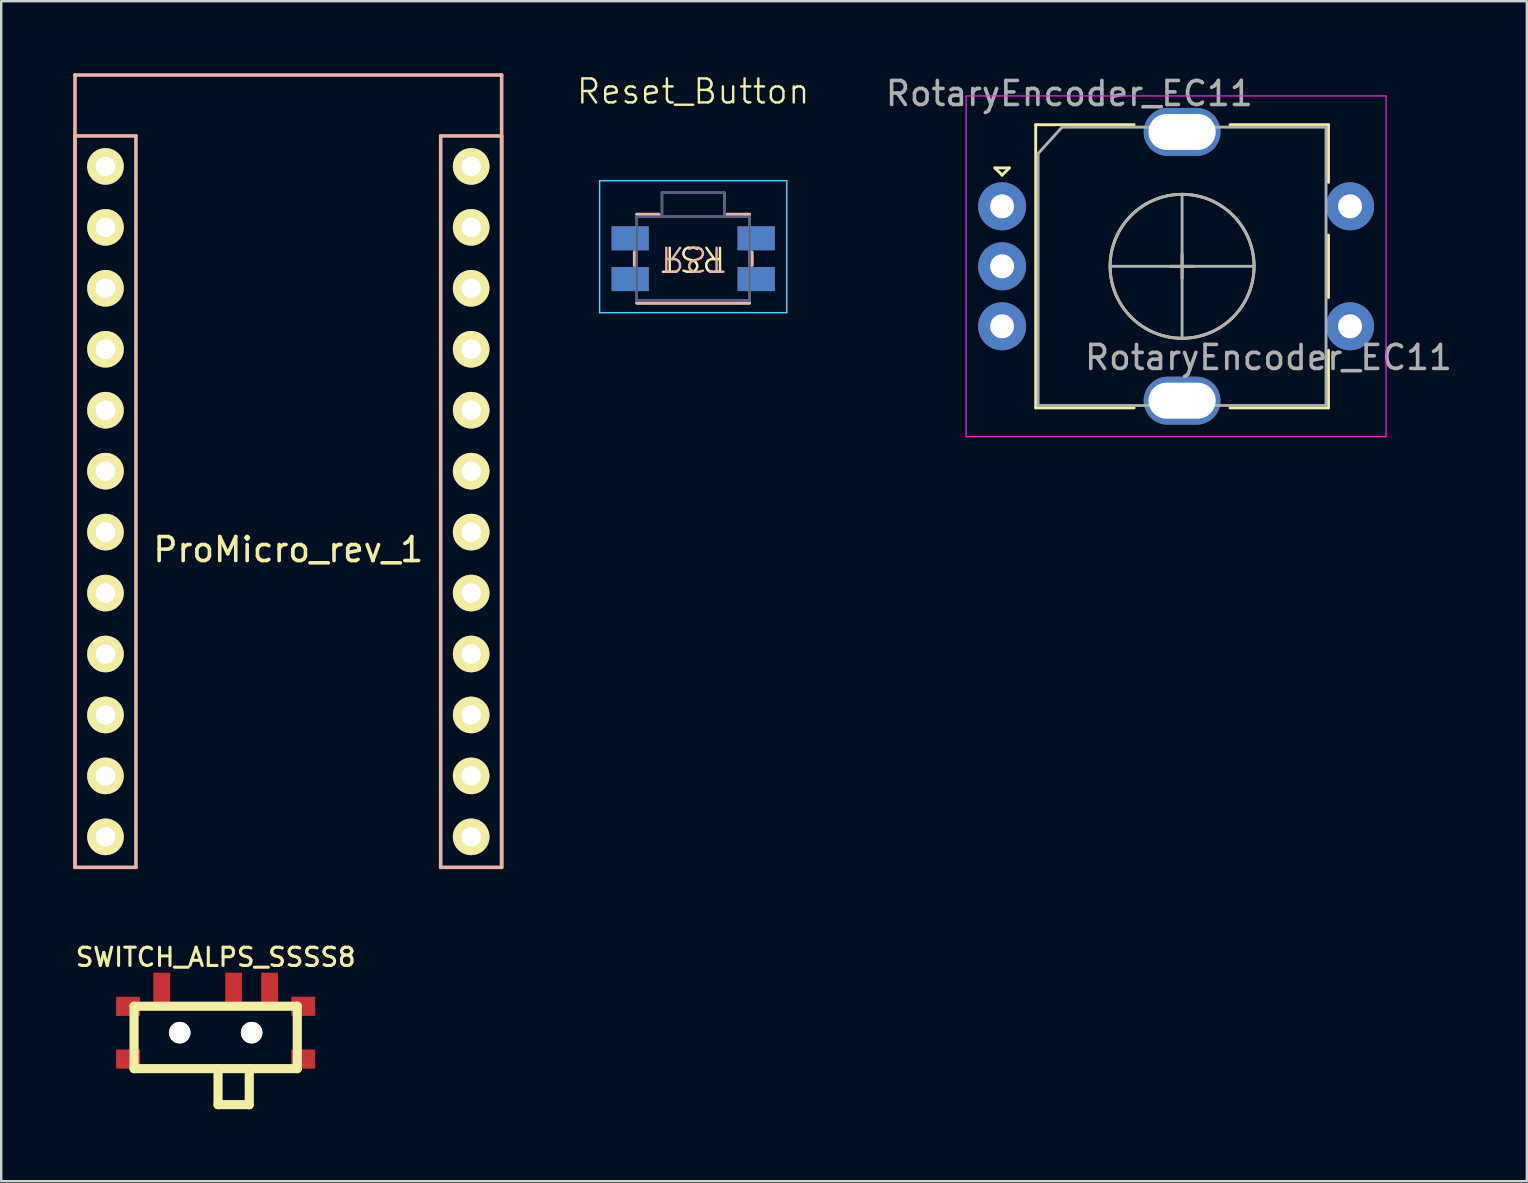
<source format=kicad_pcb>
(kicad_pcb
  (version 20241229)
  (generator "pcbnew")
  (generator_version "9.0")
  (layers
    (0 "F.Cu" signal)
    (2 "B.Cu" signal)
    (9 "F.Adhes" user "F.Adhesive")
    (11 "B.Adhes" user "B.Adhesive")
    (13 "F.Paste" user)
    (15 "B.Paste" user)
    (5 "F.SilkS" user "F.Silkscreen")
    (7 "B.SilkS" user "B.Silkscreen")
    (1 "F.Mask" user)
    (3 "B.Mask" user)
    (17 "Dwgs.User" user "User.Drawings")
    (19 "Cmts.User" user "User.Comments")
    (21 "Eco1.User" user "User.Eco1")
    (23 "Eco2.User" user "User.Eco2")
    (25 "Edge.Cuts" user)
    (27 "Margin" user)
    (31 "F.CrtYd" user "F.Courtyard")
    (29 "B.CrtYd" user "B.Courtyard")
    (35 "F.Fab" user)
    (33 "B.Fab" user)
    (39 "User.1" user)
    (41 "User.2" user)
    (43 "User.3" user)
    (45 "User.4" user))
  (footprint "SWITCH_ALPS_SSSS8"
    (layer "F.Cu")
    (at 5.938 41.484)
    (property "Reference" "SWITCH_ALPS_SSSS8" (at 0 -4.645 180) (layer "F.SilkS") (effects (font (size 0.762 0.762) (thickness 0.127))))
    (fp_line (start -3.401 -2.601) (end -3.401 0) (stroke (width 0.381) (type solid)) (layer "F.SilkS"))
    (fp_line (start -3.401 0) (end 3.401 0) (stroke (width 0.381) (type solid)) (layer "F.SilkS"))
    (fp_line (start 0.099 0) (end 0.099 1.501) (stroke (width 0.381) (type solid)) (layer "F.SilkS"))
    (fp_line (start 0.099 1.501) (end 1.4 1.501) (stroke (width 0.381) (type solid)) (layer "F.SilkS"))
    (fp_line (start 1.4 1.501) (end 1.4 0) (stroke (width 0.381) (type solid)) (layer "F.SilkS"))
    (fp_line (start 3.401 -2.601) (end -3.401 -2.601) (stroke (width 0.381) (type solid)) (layer "F.SilkS"))
    (fp_line (start 3.401 0) (end 3.401 -2.601) (stroke (width 0.381) (type solid)) (layer "F.SilkS"))
    (pad "" smd rect (at -3.65 -2.596) (size 0.996 0.798) (layers "F.Cu" "F.Mask" "F.Paste"))
    (pad "" smd rect (at -3.65 -0.399) (size 0.998 0.798) (layers "F.Cu" "F.Mask" "F.Paste"))
    (pad "" np_thru_hole circle (at -1.499 -1.499) (size 0.899 0.899) (drill 0.899) (layers "*.Cu" "*.Mask" "F.SilkS"))
    (pad "" np_thru_hole circle (at 1.499 -1.499) (size 0.899 0.899) (drill 0.899) (layers "*.Cu" "*.Mask" "F.SilkS"))
    (pad "" smd rect (at 3.65 -2.598) (size 0.996 0.798) (layers "F.Cu" "F.Mask" "F.Paste"))
    (pad "" smd rect (at 3.65 -0.399) (size 0.996 0.798) (layers "F.Cu" "F.Mask" "F.Paste"))
    (pad "1" smd rect (at -2.248 -3.249) (size 0.699 1.499) (layers "F.Cu" "F.Mask" "F.Paste"))
    (pad "2" smd rect (at 0.749 -3.249) (size 0.699 1.499) (layers "F.Cu" "F.Mask" "F.Paste"))
    (pad "3" smd rect (at 2.248 -3.249) (size 0.699 1.499) (layers "F.Cu" "F.Mask" "F.Paste")))
  (footprint "Reset_Button"
    (layer "F.Cu")
    (at 25.837 7.731)
    (property "Reference" "Reset_Button" (at 0 -6.97 0) (unlocked yes) (layer "F.SilkS") (effects (font (size 1 1) (thickness 0.1))))
    (attr smd)
    (fp_line (start -2.45 0.275) (end -2.45 -0.275) (stroke (width 0.12) (type solid)) (layer "F.SilkS"))
    (fp_line (start -1.425 -1.85) (end -2.35 -1.85) (stroke (width 0.12) (type solid)) (layer "F.SilkS"))
    (fp_line (start 2.35 -1.85) (end 1.425 -1.85) (stroke (width 0.12) (type solid)) (layer "F.SilkS"))
    (fp_line (start 2.35 1.85) (end -2.35 1.85) (stroke (width 0.12) (type solid)) (layer "F.SilkS"))
    (fp_line (start 2.45 0.275) (end 2.45 -0.275) (stroke (width 0.12) (type solid)) (layer "F.SilkS"))
    (fp_line (start -2.45 0.275) (end -2.45 -0.275) (stroke (width 0.12) (type solid)) (layer "B.SilkS"))
    (fp_line (start -2.35 -1.85) (end -1.425 -1.85) (stroke (width 0.12) (type solid)) (layer "B.SilkS"))
    (fp_line (start -2.35 1.85) (end 2.35 1.85) (stroke (width 0.12) (type solid)) (layer "B.SilkS"))
    (fp_line (start 1.425 -1.85) (end 2.35 -1.85) (stroke (width 0.12) (type solid)) (layer "B.SilkS"))
    (fp_line (start 2.45 0.275) (end 2.45 -0.275) (stroke (width 0.12) (type solid)) (layer "B.SilkS"))
    (fp_line (start -3.9 -3.25) (end 3.9 -3.25) (stroke (width 0.05) (type solid)) (layer "B.CrtYd"))
    (fp_line (start -3.9 2.25) (end -3.9 -3.25) (stroke (width 0.05) (type solid)) (layer "B.CrtYd"))
    (fp_line (start -3.9 2.25) (end 3.9 2.25) (stroke (width 0.05) (type solid)) (layer "B.CrtYd"))
    (fp_line (start 3.9 2.25) (end 3.9 -3.25) (stroke (width 0.05) (type solid)) (layer "B.CrtYd"))
    (fp_line (start -3.9 2.25) (end -3.9 -3.25) (stroke (width 0.05) (type solid)) (layer "F.CrtYd"))
    (fp_line (start 3.9 -3.25) (end -3.9 -3.25) (stroke (width 0.05) (type solid)) (layer "F.CrtYd"))
    (fp_line (start 3.9 2.25) (end -3.9 2.25) (stroke (width 0.05) (type solid)) (layer "F.CrtYd"))
    (fp_line (start 3.9 2.25) (end 3.9 -3.25) (stroke (width 0.05) (type solid)) (layer "F.CrtYd"))
    (fp_line (start -2.35 -1.75) (end 2.35 -1.75) (stroke (width 0.1) (type solid)) (layer "B.Fab"))
    (fp_line (start -2.35 1.75) (end -2.35 -1.75) (stroke (width 0.1) (type solid)) (layer "B.Fab"))
    (fp_line (start -2.35 1.75) (end 2.35 1.75) (stroke (width 0.1) (type solid)) (layer "B.Fab"))
    (fp_line (start -1.3 -2.75) (end -1.3 -1.75) (stroke (width 0.1) (type solid)) (layer "B.Fab"))
    (fp_line (start -1.3 -2.75) (end 1.3 -2.75) (stroke (width 0.1) (type solid)) (layer "B.Fab"))
    (fp_line (start 1.3 -2.75) (end 1.3 -1.75) (stroke (width 0.1) (type solid)) (layer "B.Fab"))
    (fp_line (start 2.35 1.75) (end 2.35 -1.75) (stroke (width 0.1) (type solid)) (layer "B.Fab"))
    (fp_line (start -2.35 1.75) (end -2.35 -1.75) (stroke (width 0.1) (type solid)) (layer "F.Fab"))
    (fp_line (start -1.3 -2.75) (end -1.3 -1.75) (stroke (width 0.1) (type solid)) (layer "F.Fab"))
    (fp_line (start 1.3 -2.75) (end -1.3 -2.75) (stroke (width 0.1) (type solid)) (layer "F.Fab"))
    (fp_line (start 1.3 -2.75) (end 1.3 -1.75) (stroke (width 0.1) (type solid)) (layer "F.Fab"))
    (fp_line (start 2.35 -1.75) (end -2.35 -1.75) (stroke (width 0.1) (type solid)) (layer "F.Fab"))
    (fp_line (start 2.35 1.75) (end -2.35 1.75) (stroke (width 0.1) (type solid)) (layer "F.Fab"))
    (fp_line (start 2.35 1.75) (end 2.35 -1.75) (stroke (width 0.1) (type solid)) (layer "F.Fab"))
    (fp_text user "RST" (at 0 0 180) (unlocked yes) (layer "F.SilkS") (effects (font (size 1 1) (thickness 0.1))))
    (fp_text user "RST" (at 0 0 180) (unlocked yes) (layer "B.SilkS") (effects (font (size 1 1) (thickness 0.1)) (justify mirror)))
    (pad "1" smd rect (at -2.625 -0.85 180) (size 1.55 1) (layers "F.Cu" "F.Mask" "F.Paste"))
    (pad "1" smd rect (at -2.625 -0.85 180) (size 1.55 1) (layers "B.Cu" "B.Mask" "B.Paste"))
    (pad "1" smd rect (at 2.625 -0.85 180) (size 1.55 1) (layers "F.Cu" "F.Mask" "F.Paste"))
    (pad "1" smd rect (at 2.625 -0.85 180) (size 1.55 1) (layers "B.Cu" "B.Mask" "B.Paste"))
    (pad "2" smd rect (at -2.625 0.85 180) (size 1.55 1) (layers "F.Cu" "F.Mask" "F.Paste"))
    (pad "2" smd rect (at -2.625 0.85 180) (size 1.55 1) (layers "B.Cu" "B.Mask" "B.Paste"))
    (pad "2" smd rect (at 2.625 0.85 180) (size 1.55 1) (layers "F.Cu" "F.Mask" "F.Paste"))
    (pad "2" smd rect (at 2.625 0.85 180) (size 1.55 1) (layers "B.Cu" "B.Mask" "B.Paste")))
  (footprint "ProMicro_rev_1"
    (layer "F.Cu")
    (at 8.965 17.855)
    (property "Reference" "ProMicro_rev_1" (at 0 2 0) (layer "F.SilkS") (effects (font (size 1 1) (thickness 0.15))))
    (attr through_hole)
    (fp_line (start -8.89 -17.78) (end 8.89 -17.78) (stroke (width 0.15) (type solid)) (layer "B.SilkS"))
    (fp_line (start -8.89 -15.24) (end -6.35 -15.24) (stroke (width 0.15) (type solid)) (layer "B.SilkS"))
    (fp_line (start -8.89 15.24) (end -8.89 -17.78) (stroke (width 0.15) (type solid)) (layer "B.SilkS"))
    (fp_line (start -8.89 15.24) (end -8.89 -15.24) (stroke (width 0.15) (type solid)) (layer "B.SilkS"))
    (fp_line (start -6.35 -15.24) (end -6.35 15.24) (stroke (width 0.15) (type solid)) (layer "B.SilkS"))
    (fp_line (start -6.35 15.24) (end -8.89 15.24) (stroke (width 0.15) (type solid)) (layer "B.SilkS"))
    (fp_line (start 6.35 -15.24) (end 8.89 -15.24) (stroke (width 0.15) (type solid)) (layer "B.SilkS"))
    (fp_line (start 6.35 15.24) (end 6.35 -15.24) (stroke (width 0.15) (type solid)) (layer "B.SilkS"))
    (fp_line (start 8.89 -17.78) (end 8.89 15.24) (stroke (width 0.15) (type solid)) (layer "B.SilkS"))
    (fp_line (start 8.89 -15.24) (end 8.89 15.24) (stroke (width 0.15) (type solid)) (layer "B.SilkS"))
    (fp_line (start 8.89 15.24) (end 6.35 15.24) (stroke (width 0.15) (type solid)) (layer "B.SilkS"))
    (pad "1" thru_hole circle (at -7.62 -13.97) (size 1.524 1.524) (drill 0.813) (layers "*.Cu" "*.Mask" "F.SilkS"))
    (pad "2" thru_hole circle (at -7.62 -11.43) (size 1.524 1.524) (drill 0.813) (layers "*.Cu" "*.Mask" "F.SilkS"))
    (pad "3" thru_hole circle (at -7.62 -8.89) (size 1.524 1.524) (drill 0.813) (layers "*.Cu" "*.Mask" "F.SilkS"))
    (pad "4" thru_hole circle (at -7.62 -6.35) (size 1.524 1.524) (drill 0.813) (layers "*.Cu" "*.Mask" "F.SilkS"))
    (pad "5" thru_hole circle (at -7.62 -3.81) (size 1.524 1.524) (drill 0.813) (layers "*.Cu" "*.Mask" "F.SilkS"))
    (pad "6" thru_hole circle (at -7.62 -1.27) (size 1.524 1.524) (drill 0.813) (layers "*.Cu" "*.Mask" "F.SilkS"))
    (pad "7" thru_hole circle (at -7.62 1.27) (size 1.524 1.524) (drill 0.813) (layers "*.Cu" "*.Mask" "F.SilkS"))
    (pad "8" thru_hole circle (at -7.62 3.81) (size 1.524 1.524) (drill 0.813) (layers "*.Cu" "*.Mask" "F.SilkS"))
    (pad "9" thru_hole circle (at -7.62 6.35) (size 1.524 1.524) (drill 0.813) (layers "*.Cu" "*.Mask" "F.SilkS"))
    (pad "10" thru_hole circle (at -7.62 8.89) (size 1.524 1.524) (drill 0.813) (layers "*.Cu" "*.Mask" "F.SilkS"))
    (pad "11" thru_hole circle (at -7.62 11.43) (size 1.524 1.524) (drill 0.813) (layers "*.Cu" "*.Mask" "F.SilkS"))
    (pad "12" thru_hole circle (at -7.62 13.97) (size 1.524 1.524) (drill 0.813) (layers "*.Cu" "*.Mask" "F.SilkS"))
    (pad "13" thru_hole circle (at 7.62 13.97) (size 1.524 1.524) (drill 0.813) (layers "*.Cu" "*.Mask" "F.SilkS"))
    (pad "14" thru_hole circle (at 7.62 11.43) (size 1.524 1.524) (drill 0.813) (layers "*.Cu" "*.Mask" "F.SilkS"))
    (pad "15" thru_hole circle (at 7.62 8.89) (size 1.524 1.524) (drill 0.813) (layers "*.Cu" "*.Mask" "F.SilkS"))
    (pad "16" thru_hole circle (at 7.62 6.35) (size 1.524 1.524) (drill 0.813) (layers "*.Cu" "*.Mask" "F.SilkS"))
    (pad "17" thru_hole circle (at 7.62 3.81) (size 1.524 1.524) (drill 0.813) (layers "*.Cu" "*.Mask" "F.SilkS"))
    (pad "18" thru_hole circle (at 7.62 1.27) (size 1.524 1.524) (drill 0.813) (layers "*.Cu" "*.Mask" "F.SilkS"))
    (pad "19" thru_hole circle (at 7.62 -1.27) (size 1.524 1.524) (drill 0.813) (layers "*.Cu" "*.Mask" "F.SilkS"))
    (pad "20" thru_hole circle (at 7.62 -3.81) (size 1.524 1.524) (drill 0.813) (layers "*.Cu" "*.Mask" "F.SilkS"))
    (pad "21" thru_hole circle (at 7.62 -6.35) (size 1.524 1.524) (drill 0.813) (layers "*.Cu" "*.Mask" "F.SilkS"))
    (pad "22" thru_hole circle (at 7.62 -8.89) (size 1.524 1.524) (drill 0.813) (layers "*.Cu" "*.Mask" "F.SilkS"))
    (pad "23" thru_hole circle (at 7.62 -11.43) (size 1.524 1.524) (drill 0.813) (layers "*.Cu" "*.Mask" "F.SilkS"))
    (pad "24" thru_hole circle (at 7.62 -13.97) (size 1.524 1.524) (drill 0.813) (layers "*.Cu" "*.Mask" "F.SilkS")))
  (footprint "RotaryEncoder_EC11"
    (layer "F.Cu")
    (at 46.212 8.048)
    (property "Reference" "RotaryEncoder_EC11" (at -4.7 -7.2 0) (layer "F.Fab") (effects (font (size 1 1) (thickness 0.15))))
    (attr through_hole)
    (fp_line (start -7.8 -4.1) (end -7.2 -4.1) (stroke (width 0.12) (type solid)) (layer "F.SilkS"))
    (fp_line (start -7.5 -3.8) (end -7.8 -4.1) (stroke (width 0.12) (type solid)) (layer "F.SilkS"))
    (fp_line (start -7.2 -4.1) (end -7.5 -3.8) (stroke (width 0.12) (type solid)) (layer "F.SilkS"))
    (fp_line (start -6.1 -5.9) (end -6.1 5.9) (stroke (width 0.12) (type solid)) (layer "F.SilkS"))
    (fp_line (start -2 -5.9) (end -6.1 -5.9) (stroke (width 0.12) (type solid)) (layer "F.SilkS"))
    (fp_line (start -2 5.9) (end -6.1 5.9) (stroke (width 0.12) (type solid)) (layer "F.SilkS"))
    (fp_line (start -0.5 0) (end 0.5 0) (stroke (width 0.12) (type solid)) (layer "F.SilkS"))
    (fp_line (start 0 -0.5) (end 0 0.5) (stroke (width 0.12) (type solid)) (layer "F.SilkS"))
    (fp_line (start 2 -5.9) (end 6.1 -5.9) (stroke (width 0.12) (type solid)) (layer "F.SilkS"))
    (fp_line (start 6.1 -5.9) (end 6.1 -3.5) (stroke (width 0.12) (type solid)) (layer "F.SilkS"))
    (fp_line (start 6.1 -1.3) (end 6.1 1.3) (stroke (width 0.12) (type solid)) (layer "F.SilkS"))
    (fp_line (start 6.1 3.5) (end 6.1 5.9) (stroke (width 0.12) (type solid)) (layer "F.SilkS"))
    (fp_line (start 6.1 5.9) (end 2 5.9) (stroke (width 0.12) (type solid)) (layer "F.SilkS"))
    (fp_circle (center 0 0) (end 3 0) (stroke (width 0.12) (type solid)) (fill no) (layer "F.SilkS"))
    (fp_line (start -9 -7.1) (end -9 7.1) (stroke (width 0.05) (type solid)) (layer "F.CrtYd"))
    (fp_line (start -9 -7.1) (end 8.5 -7.1) (stroke (width 0.05) (type solid)) (layer "F.CrtYd"))
    (fp_line (start 8.5 7.1) (end -9 7.1) (stroke (width 0.05) (type solid)) (layer "F.CrtYd"))
    (fp_line (start 8.5 7.1) (end 8.5 -7.1) (stroke (width 0.05) (type solid)) (layer "F.CrtYd"))
    (fp_line (start -6 -4.7) (end -5 -5.8) (stroke (width 0.12) (type solid)) (layer "F.Fab"))
    (fp_line (start -6 5.8) (end -6 -4.7) (stroke (width 0.12) (type solid)) (layer "F.Fab"))
    (fp_line (start -5 -5.8) (end 6 -5.8) (stroke (width 0.12) (type solid)) (layer "F.Fab"))
    (fp_line (start -3 0) (end 3 0) (stroke (width 0.12) (type solid)) (layer "F.Fab"))
    (fp_line (start 0 -3) (end 0 3) (stroke (width 0.12) (type solid)) (layer "F.Fab"))
    (fp_line (start 6 -5.8) (end 6 5.8) (stroke (width 0.12) (type solid)) (layer "F.Fab"))
    (fp_line (start 6 5.8) (end -6 5.8) (stroke (width 0.12) (type solid)) (layer "F.Fab"))
    (fp_circle (center 0 0) (end 3 0) (stroke (width 0.12) (type solid)) (fill no) (layer "F.Fab"))
    (fp_text user "${REFERENCE}" (at 3.6 3.8 0) (layer "F.Fab") (effects (font (size 1 1) (thickness 0.15))))
    (pad "" np_thru_hole oval (at 0 -5.6) (size 3.2 2) (drill oval 2.8 1.5) (layers "*.Cu" "*.Mask"))
    (pad "" np_thru_hole oval (at 0 5.6) (size 3.2 2) (drill oval 2.8 1.5) (layers "*.Cu" "*.Mask"))
    (pad "A" thru_hole circle (at -7.5 -2.5) (size 2 2) (drill 1) (layers "*.Cu" "*.Mask"))
    (pad "B" thru_hole circle (at -7.5 2.5) (size 2 2) (drill 1) (layers "*.Cu" "*.Mask"))
    (pad "C" thru_hole circle (at -7.5 0) (size 2 2) (drill 1) (layers "*.Cu" "*.Mask"))
    (pad "S1" thru_hole circle (at 7 2.5) (size 2 2) (drill 1) (layers "*.Cu" "*.Mask"))
    (pad "S2" thru_hole circle (at 7 -2.5) (size 2 2) (drill 1) (layers "*.Cu" "*.Mask")))
  (gr_rect
    (start -3 -3)
    (end 60.58 46.176)
    (stroke (width 0.1) (type default))
    (fill no)
    (layer "Edge.Cuts")))
</source>
